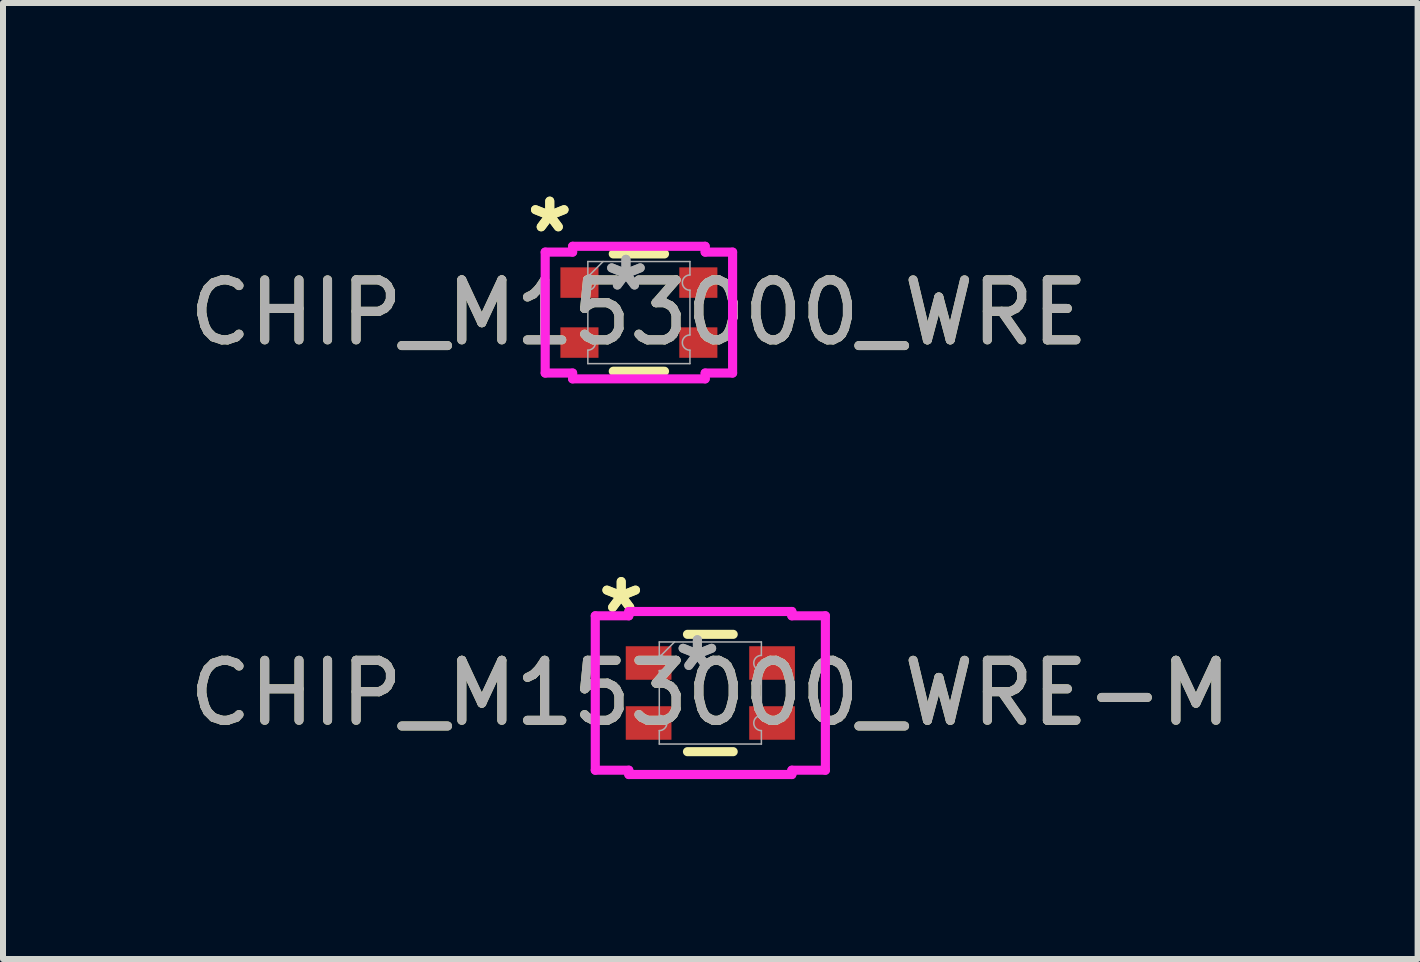
<source format=kicad_pcb>
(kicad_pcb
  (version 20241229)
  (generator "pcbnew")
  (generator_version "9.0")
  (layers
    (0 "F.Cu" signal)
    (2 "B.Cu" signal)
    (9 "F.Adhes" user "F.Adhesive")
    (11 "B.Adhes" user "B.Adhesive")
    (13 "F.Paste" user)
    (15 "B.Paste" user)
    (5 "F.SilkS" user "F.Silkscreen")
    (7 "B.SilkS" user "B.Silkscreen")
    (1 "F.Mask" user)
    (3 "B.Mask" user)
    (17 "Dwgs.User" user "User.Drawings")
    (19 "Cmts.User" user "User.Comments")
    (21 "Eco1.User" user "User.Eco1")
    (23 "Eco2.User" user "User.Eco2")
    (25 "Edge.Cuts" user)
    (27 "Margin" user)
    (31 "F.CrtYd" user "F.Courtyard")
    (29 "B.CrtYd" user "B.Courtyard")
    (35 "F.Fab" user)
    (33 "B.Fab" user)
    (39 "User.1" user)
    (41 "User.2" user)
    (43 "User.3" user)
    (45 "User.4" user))
  (footprint "CHIP_M153000_WRE-M"
    (layer "F.Cu")
    (at 8.792 8.503)
    (property "Reference" "CHIP_M153000_WRE-M" (at 0 0 0) (unlocked yes) (layer "F.SilkS") (effects (font (size 1 1) (thickness 0.15))))
    (attr smd)
    (fp_line (start -0.381 -0.978) (end 0.381 -0.978) (stroke (width 0.152) (type solid)) (layer "F.SilkS"))
    (fp_line (start -0.381 0.978) (end 0.381 0.978) (stroke (width 0.152) (type solid)) (layer "F.SilkS"))
    (fp_line (start -1.918 -1.287) (end -1.359 -1.287) (stroke (width 0.152) (type solid)) (layer "F.CrtYd"))
    (fp_line (start -1.918 1.287) (end -1.918 -1.287) (stroke (width 0.152) (type solid)) (layer "F.CrtYd"))
    (fp_line (start -1.918 1.287) (end -1.359 1.287) (stroke (width 0.152) (type solid)) (layer "F.CrtYd"))
    (fp_line (start -1.359 -1.359) (end 1.359 -1.359) (stroke (width 0.152) (type solid)) (layer "F.CrtYd"))
    (fp_line (start -1.359 -1.287) (end -1.359 -1.359) (stroke (width 0.152) (type solid)) (layer "F.CrtYd"))
    (fp_line (start -1.359 1.359) (end -1.359 1.287) (stroke (width 0.152) (type solid)) (layer "F.CrtYd"))
    (fp_line (start 1.359 -1.359) (end 1.359 -1.287) (stroke (width 0.152) (type solid)) (layer "F.CrtYd"))
    (fp_line (start 1.359 1.287) (end 1.359 1.359) (stroke (width 0.152) (type solid)) (layer "F.CrtYd"))
    (fp_line (start 1.359 1.359) (end -1.359 1.359) (stroke (width 0.152) (type solid)) (layer "F.CrtYd"))
    (fp_line (start 1.918 -1.287) (end 1.359 -1.287) (stroke (width 0.152) (type solid)) (layer "F.CrtYd"))
    (fp_line (start 1.918 -1.287) (end 1.918 1.287) (stroke (width 0.152) (type solid)) (layer "F.CrtYd"))
    (fp_line (start 1.918 1.287) (end 1.359 1.287) (stroke (width 0.152) (type solid)) (layer "F.CrtYd"))
    (fp_line (start -0.851 -0.851) (end 0.851 -0.851) (stroke (width 0.025) (type solid)) (layer "F.Fab"))
    (fp_line (start -0.851 -0.627) (end -0.851 -0.851) (stroke (width 0.025) (type solid)) (layer "F.Fab"))
    (fp_line (start -0.851 -0.373) (end -0.851 0.373) (stroke (width 0.025) (type solid)) (layer "F.Fab"))
    (fp_line (start -0.851 0.627) (end -0.851 0.851) (stroke (width 0.025) (type solid)) (layer "F.Fab"))
    (fp_line (start -0.851 0.851) (end 0.851 0.851) (stroke (width 0.025) (type solid)) (layer "F.Fab"))
    (fp_line (start -0.597 -0.851) (end -0.851 -0.597) (stroke (width 0.025) (type solid)) (layer "F.Fab"))
    (fp_line (start 0.851 -0.627) (end 0.851 -0.851) (stroke (width 0.025) (type solid)) (layer "F.Fab"))
    (fp_line (start 0.851 -0.373) (end 0.851 0.373) (stroke (width 0.025) (type solid)) (layer "F.Fab"))
    (fp_line (start 0.851 0.627) (end 0.851 0.851) (stroke (width 0.025) (type solid)) (layer "F.Fab"))
    (fp_arc (start -0.8509 -0.626999) (mid -0.7239 -0.499999) (end -0.8509 -0.372999) (stroke (width 0.0254) (type solid)) (layer "F.Fab"))
    (fp_arc (start -0.8509 0.372999) (mid -0.7239 0.499999) (end -0.8509 0.626999) (stroke (width 0.0254) (type solid)) (layer "F.Fab"))
    (fp_arc (start 0.8509 -0.372999) (mid 0.7239 -0.499999) (end 0.8509 -0.626999) (stroke (width 0.0254) (type solid)) (layer "F.Fab"))
    (fp_arc (start 0.8509 0.626999) (mid 0.7239 0.499999) (end 0.8509 0.372999) (stroke (width 0.0254) (type solid)) (layer "F.Fab"))
    (fp_text user "*" (at -1.486 -1.313 0) (unlocked yes) (layer "F.SilkS") (effects (font (size 1 1) (thickness 0.15))))
    (fp_text user "*" (at -1.486 -1.313 0) (layer "F.SilkS") (effects (font (size 1 1) (thickness 0.15))))
    (fp_text user "*" (at -0.216 -0.343 0) (layer "F.Fab") (effects (font (size 1 1) (thickness 0.15))))
    (fp_text user "${REFERENCE}" (at 0 0 0) (unlocked yes) (layer "F.Fab") (effects (font (size 1 1) (thickness 0.15))))
    (fp_text user "*" (at -0.216 -0.343 0) (unlocked yes) (layer "F.Fab") (effects (font (size 1 1) (thickness 0.15))))
    (pad "1" smd rect (at -1.029 0.5) (size 0.762 0.559) (layers "F.Cu" "F.Mask" "F.Paste"))
    (pad "2" smd rect (at -1.029 -0.5) (size 0.762 0.559) (layers "F.Cu" "F.Mask" "F.Paste"))
    (pad "3" smd rect (at 1.029 -0.5) (size 0.762 0.559) (layers "F.Cu" "F.Mask" "F.Paste"))
    (pad "4" smd rect (at 1.029 0.5) (size 0.762 0.559) (layers "F.Cu" "F.Mask" "F.Paste")))
  (footprint "CHIP_M153000_WRE"
    (layer "F.Cu")
    (at 7.601 2.161)
    (property "Reference" "CHIP_M153000_WRE" (at 0 0 0) (unlocked yes) (layer "F.SilkS") (effects (font (size 1 1) (thickness 0.15))))
    (attr smd)
    (fp_line (start -0.427 -0.978) (end 0.427 -0.978) (stroke (width 0.152) (type solid)) (layer "F.SilkS"))
    (fp_line (start -0.427 0.978) (end 0.427 0.978) (stroke (width 0.152) (type solid)) (layer "F.SilkS"))
    (fp_line (start -1.562 -1.008) (end -1.105 -1.008) (stroke (width 0.152) (type solid)) (layer "F.CrtYd"))
    (fp_line (start -1.562 1.008) (end -1.562 -1.008) (stroke (width 0.152) (type solid)) (layer "F.CrtYd"))
    (fp_line (start -1.562 1.008) (end -1.105 1.008) (stroke (width 0.152) (type solid)) (layer "F.CrtYd"))
    (fp_line (start -1.105 -1.105) (end 1.105 -1.105) (stroke (width 0.152) (type solid)) (layer "F.CrtYd"))
    (fp_line (start -1.105 -1.008) (end -1.105 -1.105) (stroke (width 0.152) (type solid)) (layer "F.CrtYd"))
    (fp_line (start -1.105 1.105) (end -1.105 1.008) (stroke (width 0.152) (type solid)) (layer "F.CrtYd"))
    (fp_line (start 1.105 -1.105) (end 1.105 -1.008) (stroke (width 0.152) (type solid)) (layer "F.CrtYd"))
    (fp_line (start 1.105 1.008) (end 1.105 1.105) (stroke (width 0.152) (type solid)) (layer "F.CrtYd"))
    (fp_line (start 1.105 1.105) (end -1.105 1.105) (stroke (width 0.152) (type solid)) (layer "F.CrtYd"))
    (fp_line (start 1.562 -1.008) (end 1.105 -1.008) (stroke (width 0.152) (type solid)) (layer "F.CrtYd"))
    (fp_line (start 1.562 -1.008) (end 1.562 1.008) (stroke (width 0.152) (type solid)) (layer "F.CrtYd"))
    (fp_line (start 1.562 1.008) (end 1.105 1.008) (stroke (width 0.152) (type solid)) (layer "F.CrtYd"))
    (fp_line (start -0.851 -0.851) (end 0.851 -0.851) (stroke (width 0.025) (type solid)) (layer "F.Fab"))
    (fp_line (start -0.851 -0.627) (end -0.851 -0.851) (stroke (width 0.025) (type solid)) (layer "F.Fab"))
    (fp_line (start -0.851 -0.373) (end -0.851 0.373) (stroke (width 0.025) (type solid)) (layer "F.Fab"))
    (fp_line (start -0.851 0.627) (end -0.851 0.851) (stroke (width 0.025) (type solid)) (layer "F.Fab"))
    (fp_line (start -0.851 0.851) (end 0.851 0.851) (stroke (width 0.025) (type solid)) (layer "F.Fab"))
    (fp_line (start -0.597 -0.851) (end -0.851 -0.597) (stroke (width 0.025) (type solid)) (layer "F.Fab"))
    (fp_line (start 0.851 -0.627) (end 0.851 -0.851) (stroke (width 0.025) (type solid)) (layer "F.Fab"))
    (fp_line (start 0.851 -0.373) (end 0.851 0.373) (stroke (width 0.025) (type solid)) (layer "F.Fab"))
    (fp_line (start 0.851 0.627) (end 0.851 0.851) (stroke (width 0.025) (type solid)) (layer "F.Fab"))
    (fp_arc (start -0.8509 -0.626999) (mid -0.7239 -0.499999) (end -0.8509 -0.372999) (stroke (width 0.0254) (type solid)) (layer "F.Fab"))
    (fp_arc (start -0.8509 0.372999) (mid -0.7239 0.499999) (end -0.8509 0.626999) (stroke (width 0.0254) (type solid)) (layer "F.Fab"))
    (fp_arc (start 0.8509 -0.372999) (mid 0.7239 -0.499999) (end 0.8509 -0.626999) (stroke (width 0.0254) (type solid)) (layer "F.Fab"))
    (fp_arc (start 0.8509 0.626999) (mid 0.7239 0.499999) (end 0.8509 0.372999) (stroke (width 0.0254) (type solid)) (layer "F.Fab"))
    (fp_text user "*" (at -1.486 -1.313 0) (unlocked yes) (layer "F.SilkS") (effects (font (size 1 1) (thickness 0.15))))
    (fp_text user "*" (at -1.486 -1.313 0) (layer "F.SilkS") (effects (font (size 1 1) (thickness 0.15))))
    (fp_text user "*" (at -0.216 -0.343 0) (unlocked yes) (layer "F.Fab") (effects (font (size 1 1) (thickness 0.15))))
    (fp_text user "*" (at -0.216 -0.343 0) (layer "F.Fab") (effects (font (size 1 1) (thickness 0.15))))
    (fp_text user "${REFERENCE}" (at 0 0 0) (unlocked yes) (layer "F.Fab") (effects (font (size 1 1) (thickness 0.15))))
    (pad "1" smd rect (at -0.991 0.5) (size 0.635 0.508) (layers "F.Cu" "F.Mask" "F.Paste"))
    (pad "2" smd rect (at -0.991 -0.5) (size 0.635 0.508) (layers "F.Cu" "F.Mask" "F.Paste"))
    (pad "3" smd rect (at 0.991 -0.5) (size 0.635 0.508) (layers "F.Cu" "F.Mask" "F.Paste"))
    (pad "4" smd rect (at 0.991 0.5) (size 0.635 0.508) (layers "F.Cu" "F.Mask" "F.Paste")))
  (gr_rect
    (start -3 -3)
    (end 20.583 12.938)
    (stroke (width 0.1) (type default))
    (fill no)
    (layer "Edge.Cuts")))
</source>
